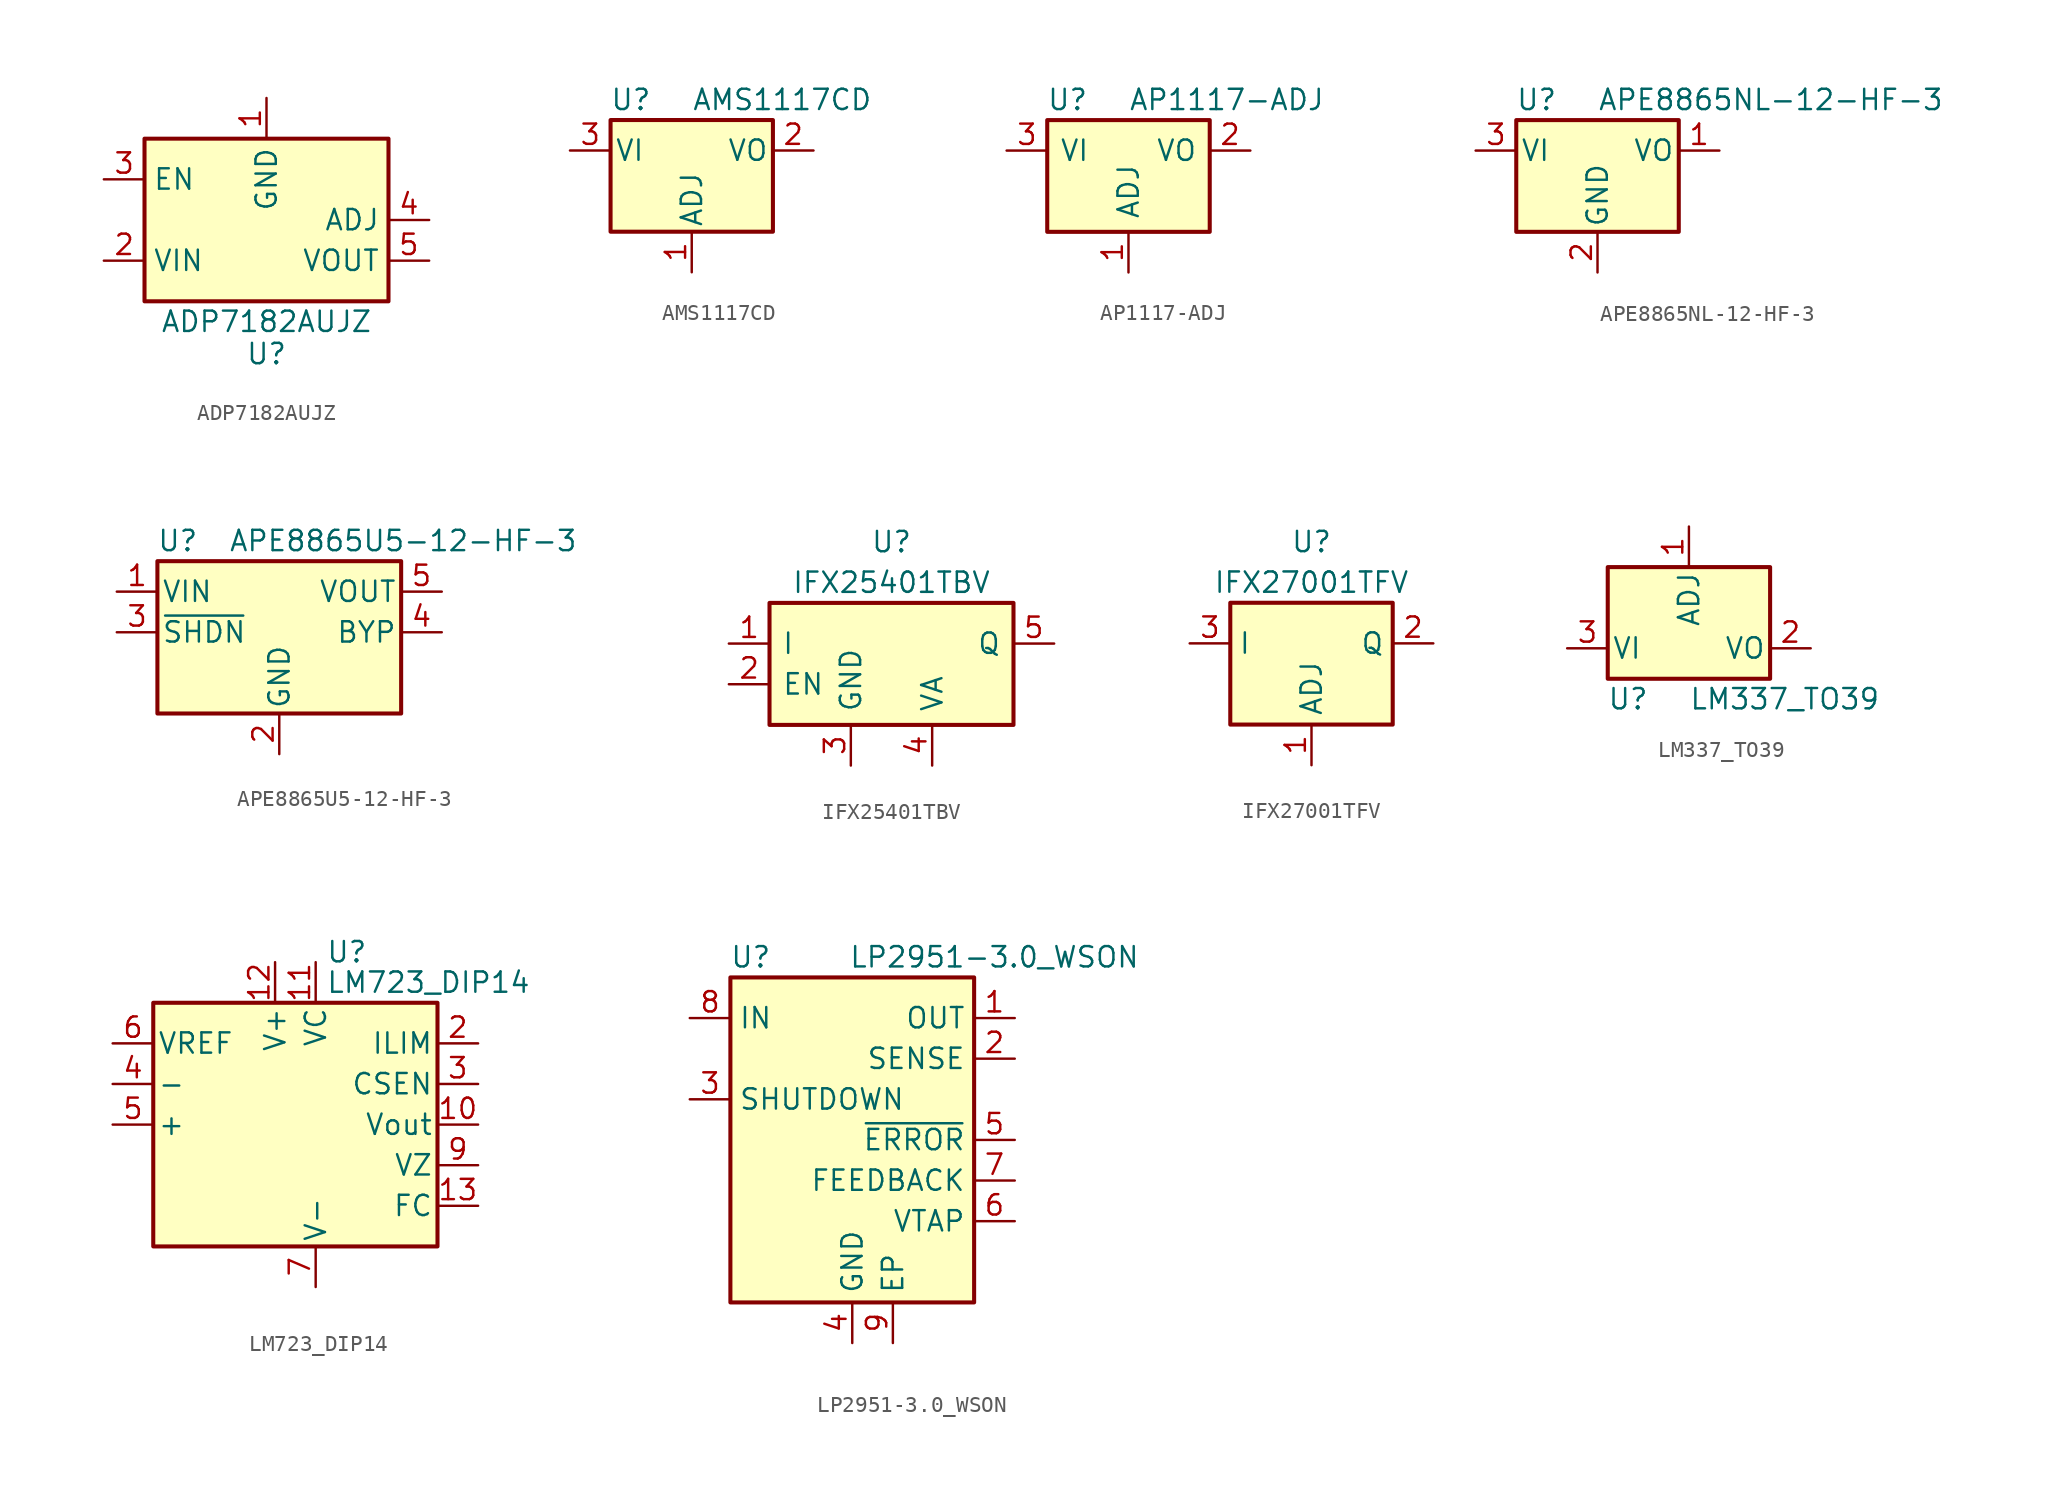
<source format=kicad_sym>
(kicad_symbol_lib
  (version 20220914)
  (generator kicad_symbol_editor)
  (symbol "ADP7182AUJZ"
    (property "Reference" "U"
      (at 0 -7.62 0)
      (effects (font (size 1.27 1.27)) (justify top)))
    (property "Value" "ADP7182AUJZ"
      (at 0 -6.35 0)
      (effects (font (size 1.27 1.27))))
    (symbol "ADP7182AUJZ_0_1"
      (rectangle (start -7.62 5.08) (end 7.62 -5.08) (stroke (width 0.254) (type solid)) (fill (type background))))
    (symbol "ADP7182AUJZ_1_1"
      (pin power_in line (at 0 7.62 270) (length 2.54) (name "GND" (effects (font (size 1.27 1.27)))) (number "1" (effects (font (size 1.27 1.27)))))
      (pin power_in line (at -10.16 -2.54 0) (length 2.54) (name "VIN" (effects (font (size 1.27 1.27)))) (number "2" (effects (font (size 1.27 1.27)))))
      (pin input line (at -10.16 2.54 0) (length 2.54) (name "EN" (effects (font (size 1.27 1.27)))) (number "3" (effects (font (size 1.27 1.27)))))
      (pin input line (at 10.16 0 180) (length 2.54) (name "ADJ" (effects (font (size 1.27 1.27)))) (number "4" (effects (font (size 1.27 1.27)))))
      (pin power_out line (at 10.16 -2.54 180) (length 2.54) (name "VOUT" (effects (font (size 1.27 1.27)))) (number "5" (effects (font (size 1.27 1.27)))))))
  (symbol "AMS1117CD"
    (pin_names
      (offset 0.254))
    (property "Reference" "U"
      (at -3.81 3.175 0)
      (effects (font (size 1.27 1.27))))
    (property "Value" "AMS1117CD"
      (at 0 3.175 0)
      (effects (font (size 1.27 1.27)) (justify left)))
    (symbol "AMS1117CD_0_1"
      (rectangle (start -5.08 -5.08) (end 5.08 1.905) (stroke (width 0.254) (type solid)) (fill (type background))))
    (symbol "AMS1117CD_1_1"
      (pin input line (at 0 -7.62 90) (length 2.54) (name "ADJ" (effects (font (size 1.27 1.27)))) (number "1" (effects (font (size 1.27 1.27)))))
      (pin power_out line (at 7.62 0 180) (length 2.54) (name "VO" (effects (font (size 1.27 1.27)))) (number "2" (effects (font (size 1.27 1.27)))))
      (pin power_in line (at -7.62 0 0) (length 2.54) (name "VI" (effects (font (size 1.27 1.27)))) (number "3" (effects (font (size 1.27 1.27)))))))
  (symbol "AP1117-ADJ"
    (pin_names
      (offset 0.762))
    (property "Reference" "U"
      (at -3.81 3.175 0)
      (effects (font (size 1.27 1.27))))
    (property "Value" "AP1117-ADJ"
      (at 0 3.175 0)
      (effects (font (size 1.27 1.27)) (justify left)))
    (symbol "AP1117-ADJ_0_1"
      (rectangle (start -5.08 -5.08) (end 5.08 1.905) (stroke (width 0.254) (type solid)) (fill (type background))))
    (symbol "AP1117-ADJ_1_1"
      (pin input line (at 0 -7.62 90) (length 2.54) (name "ADJ" (effects (font (size 1.27 1.27)))) (number "1" (effects (font (size 1.27 1.27)))))
      (pin power_out line (at 7.62 0 180) (length 2.54) (name "VO" (effects (font (size 1.27 1.27)))) (number "2" (effects (font (size 1.27 1.27)))))
      (pin power_in line (at -7.62 0 0) (length 2.54) (name "VI" (effects (font (size 1.27 1.27)))) (number "3" (effects (font (size 1.27 1.27)))))))
  (symbol "APE8865NL-12-HF-3"
    (pin_names
      (offset 0.254))
    (property "Reference" "U"
      (at -3.81 3.175 0)
      (effects (font (size 1.27 1.27))))
    (property "Value" "APE8865NL-12-HF-3"
      (at 0 3.175 0)
      (effects (font (size 1.27 1.27)) (justify left)))
    (symbol "APE8865NL-12-HF-3_0_1"
      (rectangle (start -5.08 1.905) (end 5.08 -5.08) (stroke (width 0.254) (type solid)) (fill (type background))))
    (symbol "APE8865NL-12-HF-3_1_1"
      (pin power_out line (at 7.62 0 180) (length 2.54) (name "VO" (effects (font (size 1.27 1.27)))) (number "1" (effects (font (size 1.27 1.27)))))
      (pin power_in line (at 0 -7.62 90) (length 2.54) (name "GND" (effects (font (size 1.27 1.27)))) (number "2" (effects (font (size 1.27 1.27)))))
      (pin power_in line (at -7.62 0 0) (length 2.54) (name "VI" (effects (font (size 1.27 1.27)))) (number "3" (effects (font (size 1.27 1.27)))))))
  (symbol "APE8865U5-12-HF-3"
    (pin_names
      (offset 0.254))
    (property "Reference" "U"
      (at -6.35 5.715 0)
      (effects (font (size 1.27 1.27))))
    (property "Value" "APE8865U5-12-HF-3"
      (at -3.175 5.715 0)
      (effects (font (size 1.27 1.27)) (justify left)))
    (symbol "APE8865U5-12-HF-3_0_1"
      (rectangle (start -7.62 4.445) (end 7.62 -5.08) (stroke (width 0.254) (type solid)) (fill (type background))))
    (symbol "APE8865U5-12-HF-3_1_1"
      (pin power_in line (at -10.16 2.54 0) (length 2.54) (name "VIN" (effects (font (size 1.27 1.27)))) (number "1" (effects (font (size 1.27 1.27)))))
      (pin power_in line (at 0 -7.62 90) (length 2.54) (name "GND" (effects (font (size 1.27 1.27)))) (number "2" (effects (font (size 1.27 1.27)))))
      (pin input line (at -10.16 0 0) (length 2.54) (name "~{SHDN}" (effects (font (size 1.27 1.27)))) (number "3" (effects (font (size 1.27 1.27)))))
      (pin input line (at 10.16 0 180) (length 2.54) (name "BYP" (effects (font (size 1.27 1.27)))) (number "4" (effects (font (size 1.27 1.27)))))
      (pin power_out line (at 10.16 2.54 180) (length 2.54) (name "VOUT" (effects (font (size 1.27 1.27)))) (number "5" (effects (font (size 1.27 1.27)))))))
  (symbol "IFX25401TBV"
    (pin_names
      (offset 0.762))
    (property "Reference" "U"
      (at 0 6.35 0)
      (effects (font (size 1.27 1.27))))
    (property "Value" "IFX25401TBV"
      (at 0 3.81 0)
      (effects (font (size 1.27 1.27))))
    (symbol "IFX25401TBV_0_1"
      (rectangle (start -7.62 2.54) (end 7.62 -5.08) (stroke (width 0.254) (type solid)) (fill (type background))))
    (symbol "IFX25401TBV_1_1"
      (pin power_in line (at -10.16 0 0) (length 2.54) (name "I" (effects (font (size 1.27 1.27)))) (number "1" (effects (font (size 1.27 1.27)))))
      (pin input line (at -10.16 -2.54 0) (length 2.54) (name "EN" (effects (font (size 1.27 1.27)))) (number "2" (effects (font (size 1.27 1.27)))))
      (pin power_in line (at -2.54 -7.62 90) (length 2.54) (name "GND" (effects (font (size 1.27 1.27)))) (number "3" (effects (font (size 1.27 1.27)))))
      (pin input line (at 2.54 -7.62 90) (length 2.54) (name "VA" (effects (font (size 1.27 1.27)))) (number "4" (effects (font (size 1.27 1.27)))))
      (pin power_out line (at 10.16 0 180) (length 2.54) (name "Q" (effects (font (size 1.27 1.27)))) (number "5" (effects (font (size 1.27 1.27)))))))
  (symbol "IFX27001TFV"
    (property "Reference" "U"
      (at 0 6.35 0)
      (effects (font (size 1.27 1.27))))
    (property "Value" "IFX27001TFV"
      (at 0 3.81 0)
      (effects (font (size 1.27 1.27))))
    (symbol "IFX27001TFV_1_1"
      (rectangle (start -5.08 2.54) (end 5.08 -5.08) (stroke (width 0.254) (type solid)) (fill (type background)))
      (pin input line (at 0 -7.62 90) (length 2.54) (name "ADJ" (effects (font (size 1.27 1.27)))) (number "1" (effects (font (size 1.27 1.27)))))
      (pin power_out line (at 7.62 0 180) (length 2.54) (name "Q" (effects (font (size 1.27 1.27)))) (number "2" (effects (font (size 1.27 1.27)))))
      (pin power_in line (at -7.62 0 0) (length 2.54) (name "I" (effects (font (size 1.27 1.27)))) (number "3" (effects (font (size 1.27 1.27)))))))
  (symbol "LM337_TO39"
    (pin_names
      (offset 0.254))
    (property "Reference" "U"
      (at -3.81 -3.175 0)
      (effects (font (size 1.27 1.27))))
    (property "Value" "LM337_TO39"
      (at 0 -3.175 0)
      (effects (font (size 1.27 1.27)) (justify left)))
    (symbol "LM337_TO39_0_1"
      (rectangle (start -5.08 5.08) (end 5.08 -1.905) (stroke (width 0.254) (type solid)) (fill (type background))))
    (symbol "LM337_TO39_1_1"
      (pin input line (at 0 7.62 270) (length 2.54) (name "ADJ" (effects (font (size 1.27 1.27)))) (number "1" (effects (font (size 1.27 1.27)))))
      (pin power_out line (at 7.62 0 180) (length 2.54) (name "VO" (effects (font (size 1.27 1.27)))) (number "2" (effects (font (size 1.27 1.27)))))
      (pin power_in line (at -7.62 0 0) (length 2.54) (name "VI" (effects (font (size 1.27 1.27)))) (number "3" (effects (font (size 1.27 1.27)))))))
  (symbol "LM723_DIP14"
    (pin_names
      (offset 0.254))
    (property "Reference" "U"
      (at 0.635 10.795 0)
      (effects (font (size 1.27 1.27)) (justify left)))
    (property "Value" "LM723_DIP14"
      (at 0.635 8.89 0)
      (effects (font (size 1.27 1.27)) (justify left)))
    (symbol "LM723_DIP14_0_1"
      (rectangle (start -10.16 -7.62) (end 7.62 7.62) (stroke (width 0.254) (type solid)) (fill (type background))))
    (symbol "LM723_DIP14_1_1"
      (pin no_connect line (at -12.7 -5.08 0) (length 2.54) hide (name "NC" (effects (font (size 1.27 1.27)))) (number "1" (effects (font (size 1.27 1.27)))))
      (pin power_out line (at 10.16 0 180) (length 2.54) (name "Vout" (effects (font (size 1.27 1.27)))) (number "10" (effects (font (size 1.27 1.27)))))
      (pin power_in line (at 0 10.16 270) (length 2.54) (name "VC" (effects (font (size 1.27 1.27)))) (number "11" (effects (font (size 1.27 1.27)))))
      (pin power_in line (at -2.54 10.16 270) (length 2.54) (name "V+" (effects (font (size 1.27 1.27)))) (number "12" (effects (font (size 1.27 1.27)))))
      (pin input line (at 10.16 -5.08 180) (length 2.54) (name "FC" (effects (font (size 1.27 1.27)))) (number "13" (effects (font (size 1.27 1.27)))))
      (pin no_connect line (at -2.54 -10.16 90) (length 2.54) hide (name "NC" (effects (font (size 1.27 1.27)))) (number "14" (effects (font (size 1.27 1.27)))))
      (pin input line (at 10.16 5.08 180) (length 2.54) (name "ILIM" (effects (font (size 1.27 1.27)))) (number "2" (effects (font (size 1.27 1.27)))))
      (pin input line (at 10.16 2.54 180) (length 2.54) (name "CSEN" (effects (font (size 1.27 1.27)))) (number "3" (effects (font (size 1.27 1.27)))))
      (pin input line (at -12.7 2.54 0) (length 2.54) (name "-" (effects (font (size 1.27 1.27)))) (number "4" (effects (font (size 1.27 1.27)))))
      (pin input line (at -12.7 0 0) (length 2.54) (name "+" (effects (font (size 1.27 1.27)))) (number "5" (effects (font (size 1.27 1.27)))))
      (pin power_out line (at -12.7 5.08 0) (length 2.54) (name "VREF" (effects (font (size 1.27 1.27)))) (number "6" (effects (font (size 1.27 1.27)))))
      (pin power_in line (at 0 -10.16 90) (length 2.54) (name "V-" (effects (font (size 1.27 1.27)))) (number "7" (effects (font (size 1.27 1.27)))))
      (pin no_connect line (at -12.7 -2.54 0) (length 2.54) hide (name "NC" (effects (font (size 1.27 1.27)))) (number "8" (effects (font (size 1.27 1.27)))))
      (pin input line (at 10.16 -2.54 180) (length 2.54) (name "VZ" (effects (font (size 1.27 1.27)))) (number "9" (effects (font (size 1.27 1.27)))))))
  (symbol "LP2951-3.0_WSON"
    (property "Reference" "U"
      (at -6.35 11.43 0)
      (effects (font (size 1.27 1.27))))
    (property "Value" "LP2951-3.0_WSON"
      (at 8.89 11.43 0)
      (effects (font (size 1.27 1.27))))
    (symbol "LP2951-3.0_WSON_0_1"
      (rectangle (start -7.62 10.16) (end 7.62 -10.16) (stroke (width 0.254) (type solid)) (fill (type background))))
    (symbol "LP2951-3.0_WSON_1_1"
      (pin power_out line (at 10.16 7.62 180) (length 2.54) (name "OUT" (effects (font (size 1.27 1.27)))) (number "1" (effects (font (size 1.27 1.27)))))
      (pin passive line (at 10.16 5.08 180) (length 2.54) (name "SENSE" (effects (font (size 1.27 1.27)))) (number "2" (effects (font (size 1.27 1.27)))))
      (pin input line (at -10.16 2.54 0) (length 2.54) (name "SHUTDOWN" (effects (font (size 1.27 1.27)))) (number "3" (effects (font (size 1.27 1.27)))))
      (pin power_in line (at 0 -12.7 90) (length 2.54) (name "GND" (effects (font (size 1.27 1.27)))) (number "4" (effects (font (size 1.27 1.27)))))
      (pin open_collector line (at 10.16 0 180) (length 2.54) (name "~{ERROR}" (effects (font (size 1.27 1.27)))) (number "5" (effects (font (size 1.27 1.27)))))
      (pin input line (at 10.16 -5.08 180) (length 2.54) (name "VTAP" (effects (font (size 1.27 1.27)))) (number "6" (effects (font (size 1.27 1.27)))))
      (pin input line (at 10.16 -2.54 180) (length 2.54) (name "FEEDBACK" (effects (font (size 1.27 1.27)))) (number "7" (effects (font (size 1.27 1.27)))))
      (pin power_in line (at -10.16 7.62 0) (length 2.54) (name "IN" (effects (font (size 1.27 1.27)))) (number "8" (effects (font (size 1.27 1.27)))))
      (pin passive line (at 2.54 -12.7 90) (length 2.54) (name "EP" (effects (font (size 1.27 1.27)))) (number "9" (effects (font (size 1.27 1.27))))))))
</source>
